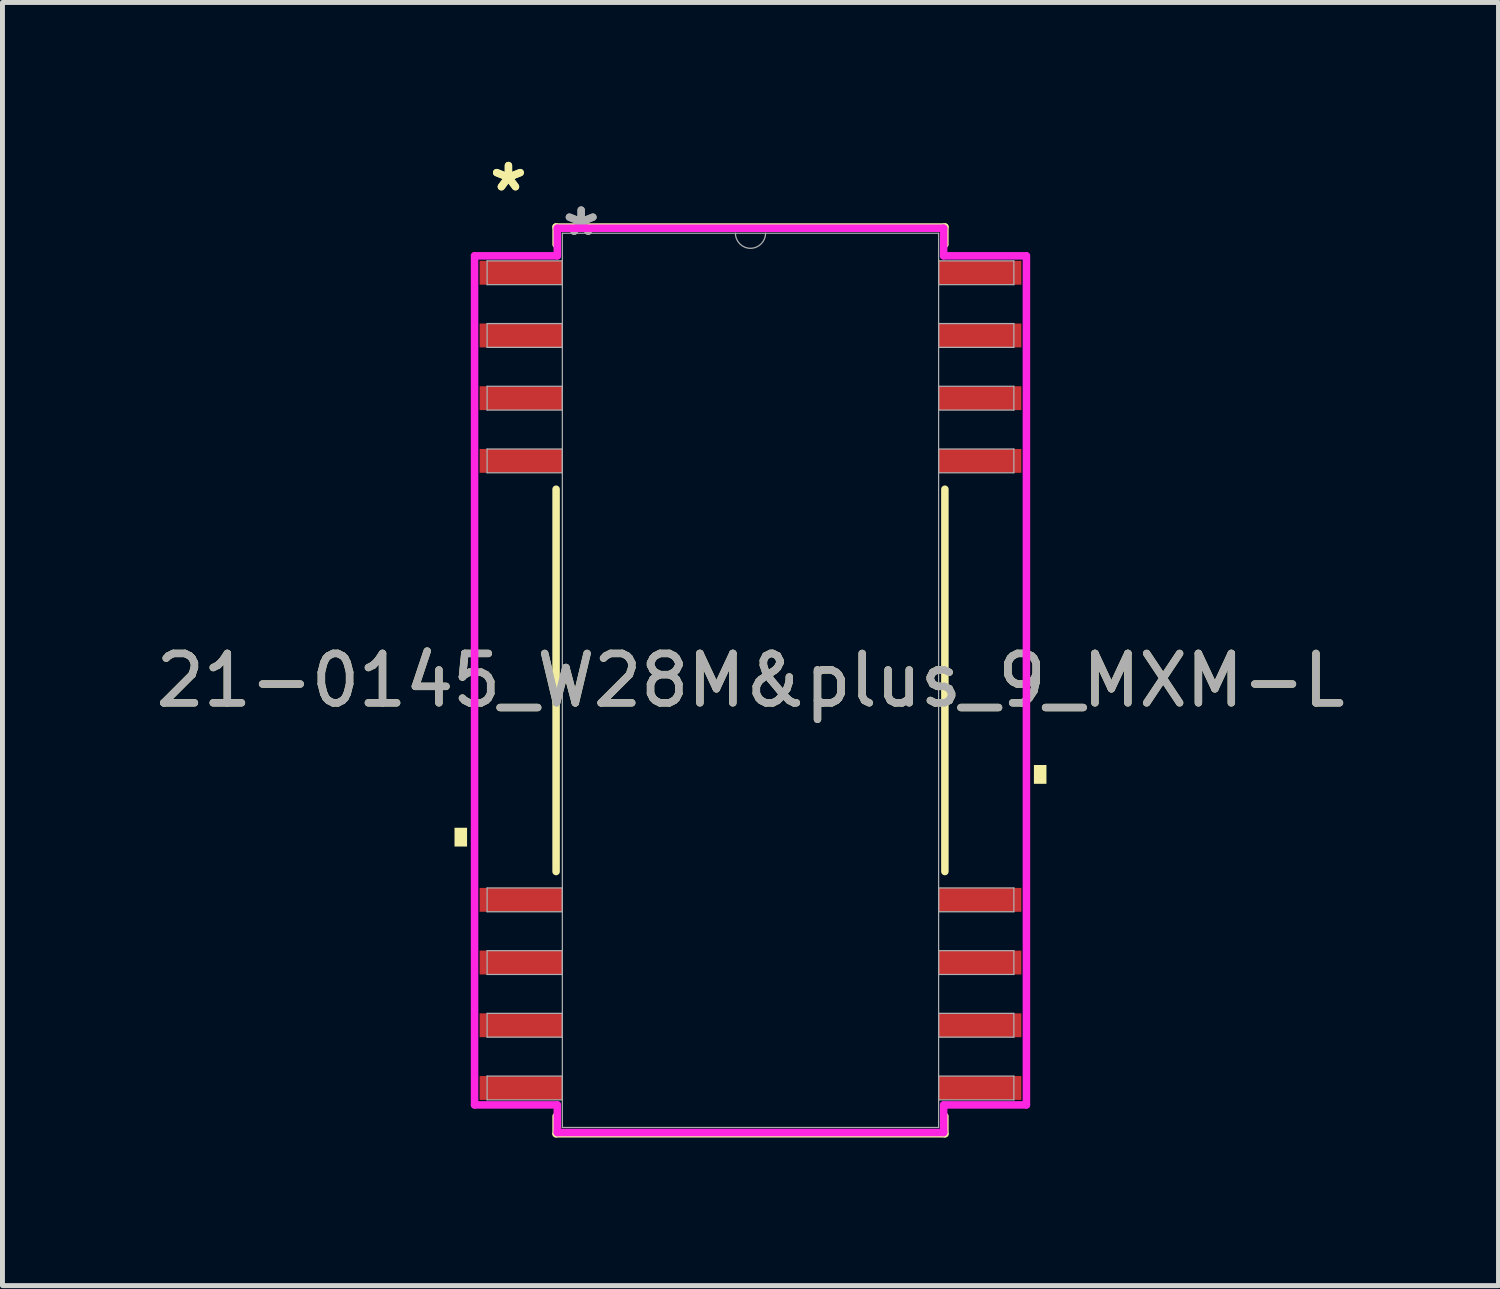
<source format=kicad_pcb>
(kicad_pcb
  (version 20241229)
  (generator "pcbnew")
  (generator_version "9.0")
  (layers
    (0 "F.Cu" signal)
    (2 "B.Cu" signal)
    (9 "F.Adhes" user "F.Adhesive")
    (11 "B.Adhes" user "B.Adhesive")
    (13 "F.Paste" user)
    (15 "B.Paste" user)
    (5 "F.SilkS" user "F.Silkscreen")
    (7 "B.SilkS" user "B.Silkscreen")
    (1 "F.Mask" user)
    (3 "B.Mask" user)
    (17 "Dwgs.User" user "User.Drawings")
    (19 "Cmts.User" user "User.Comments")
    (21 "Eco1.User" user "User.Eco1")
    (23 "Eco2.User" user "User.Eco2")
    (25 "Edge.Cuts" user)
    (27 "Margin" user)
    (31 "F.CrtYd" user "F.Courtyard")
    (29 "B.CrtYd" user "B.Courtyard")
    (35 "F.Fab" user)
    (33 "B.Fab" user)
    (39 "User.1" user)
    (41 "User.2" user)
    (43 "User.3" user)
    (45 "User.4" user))
  (footprint "21-0145_W28M&plus_9_MXM-L"
    (layer "F.Cu")
    (at 12.149 10.729)
    (property "Reference" "21-0145_W28M&plus_9_MXM-L" (at 0 0 0) (unlocked yes) (layer "F.SilkS") (effects (font (size 1 1) (thickness 0.15))))
    (attr smd)
    (fp_line (start -3.937 -9.182) (end -3.937 -8.829) (stroke (width 0.152) (type solid)) (layer "F.SilkS"))
    (fp_line (start -3.937 -3.871) (end -3.937 3.871) (stroke (width 0.152) (type solid)) (layer "F.SilkS"))
    (fp_line (start -3.937 8.829) (end -3.937 9.182) (stroke (width 0.152) (type solid)) (layer "F.SilkS"))
    (fp_line (start -3.937 9.182) (end 3.937 9.182) (stroke (width 0.152) (type solid)) (layer "F.SilkS"))
    (fp_line (start 3.937 -9.182) (end -3.937 -9.182) (stroke (width 0.152) (type solid)) (layer "F.SilkS"))
    (fp_line (start 3.937 -8.829) (end 3.937 -9.182) (stroke (width 0.152) (type solid)) (layer "F.SilkS"))
    (fp_line (start 3.937 3.871) (end 3.937 -3.871) (stroke (width 0.152) (type solid)) (layer "F.SilkS"))
    (fp_line (start 3.937 9.182) (end 3.937 8.829) (stroke (width 0.152) (type solid)) (layer "F.SilkS"))
    (fp_poly (pts (xy -5.994 2.985) (xy -5.994 3.365) (xy -5.74 3.365) (xy -5.74 2.985)) (stroke (width 0) (type solid)) (fill yes) (layer "F.SilkS"))
    (fp_poly (pts (xy 5.994 1.714) (xy 5.994 2.095) (xy 5.74 2.095) (xy 5.74 1.714)) (stroke (width 0) (type solid)) (fill yes) (layer "F.SilkS"))
    (fp_line (start -5.588 -8.598) (end -3.912 -8.598) (stroke (width 0.152) (type solid)) (layer "F.CrtYd"))
    (fp_line (start -5.588 8.598) (end -5.588 -8.598) (stroke (width 0.152) (type solid)) (layer "F.CrtYd"))
    (fp_line (start -5.588 8.598) (end -3.912 8.598) (stroke (width 0.152) (type solid)) (layer "F.CrtYd"))
    (fp_line (start -3.912 -9.157) (end 3.912 -9.157) (stroke (width 0.152) (type solid)) (layer "F.CrtYd"))
    (fp_line (start -3.912 -8.598) (end -3.912 -9.157) (stroke (width 0.152) (type solid)) (layer "F.CrtYd"))
    (fp_line (start -3.912 9.157) (end -3.912 8.598) (stroke (width 0.152) (type solid)) (layer "F.CrtYd"))
    (fp_line (start 3.912 -9.157) (end 3.912 -8.598) (stroke (width 0.152) (type solid)) (layer "F.CrtYd"))
    (fp_line (start 3.912 8.598) (end 3.912 9.157) (stroke (width 0.152) (type solid)) (layer "F.CrtYd"))
    (fp_line (start 3.912 9.157) (end -3.912 9.157) (stroke (width 0.152) (type solid)) (layer "F.CrtYd"))
    (fp_line (start 5.588 -8.598) (end 3.912 -8.598) (stroke (width 0.152) (type solid)) (layer "F.CrtYd"))
    (fp_line (start 5.588 -8.598) (end 5.588 8.598) (stroke (width 0.152) (type solid)) (layer "F.CrtYd"))
    (fp_line (start 5.588 8.598) (end 3.912 8.598) (stroke (width 0.152) (type solid)) (layer "F.CrtYd"))
    (fp_line (start -5.334 -8.496) (end -5.334 -8.014) (stroke (width 0.025) (type solid)) (layer "F.Fab"))
    (fp_line (start -5.334 -8.014) (end -3.81 -8.014) (stroke (width 0.025) (type solid)) (layer "F.Fab"))
    (fp_line (start -5.334 -7.226) (end -5.334 -6.744) (stroke (width 0.025) (type solid)) (layer "F.Fab"))
    (fp_line (start -5.334 -6.744) (end -3.81 -6.744) (stroke (width 0.025) (type solid)) (layer "F.Fab"))
    (fp_line (start -5.334 -5.956) (end -5.334 -5.474) (stroke (width 0.025) (type solid)) (layer "F.Fab"))
    (fp_line (start -5.334 -5.474) (end -3.81 -5.474) (stroke (width 0.025) (type solid)) (layer "F.Fab"))
    (fp_line (start -5.334 -4.686) (end -5.334 -4.204) (stroke (width 0.025) (type solid)) (layer "F.Fab"))
    (fp_line (start -5.334 -4.204) (end -3.81 -4.204) (stroke (width 0.025) (type solid)) (layer "F.Fab"))
    (fp_line (start -5.334 4.204) (end -5.334 4.686) (stroke (width 0.025) (type solid)) (layer "F.Fab"))
    (fp_line (start -5.334 4.686) (end -3.81 4.686) (stroke (width 0.025) (type solid)) (layer "F.Fab"))
    (fp_line (start -5.334 5.474) (end -5.334 5.956) (stroke (width 0.025) (type solid)) (layer "F.Fab"))
    (fp_line (start -5.334 5.956) (end -3.81 5.956) (stroke (width 0.025) (type solid)) (layer "F.Fab"))
    (fp_line (start -5.334 6.744) (end -5.334 7.226) (stroke (width 0.025) (type solid)) (layer "F.Fab"))
    (fp_line (start -5.334 7.226) (end -3.81 7.226) (stroke (width 0.025) (type solid)) (layer "F.Fab"))
    (fp_line (start -5.334 8.014) (end -5.334 8.496) (stroke (width 0.025) (type solid)) (layer "F.Fab"))
    (fp_line (start -5.334 8.496) (end -3.81 8.496) (stroke (width 0.025) (type solid)) (layer "F.Fab"))
    (fp_line (start -3.81 -9.055) (end -3.81 9.055) (stroke (width 0.025) (type solid)) (layer "F.Fab"))
    (fp_line (start -3.81 -8.496) (end -5.334 -8.496) (stroke (width 0.025) (type solid)) (layer "F.Fab"))
    (fp_line (start -3.81 -8.014) (end -3.81 -8.496) (stroke (width 0.025) (type solid)) (layer "F.Fab"))
    (fp_line (start -3.81 -7.226) (end -5.334 -7.226) (stroke (width 0.025) (type solid)) (layer "F.Fab"))
    (fp_line (start -3.81 -6.744) (end -3.81 -7.226) (stroke (width 0.025) (type solid)) (layer "F.Fab"))
    (fp_line (start -3.81 -5.956) (end -5.334 -5.956) (stroke (width 0.025) (type solid)) (layer "F.Fab"))
    (fp_line (start -3.81 -5.474) (end -3.81 -5.956) (stroke (width 0.025) (type solid)) (layer "F.Fab"))
    (fp_line (start -3.81 -4.686) (end -5.334 -4.686) (stroke (width 0.025) (type solid)) (layer "F.Fab"))
    (fp_line (start -3.81 -4.204) (end -3.81 -4.686) (stroke (width 0.025) (type solid)) (layer "F.Fab"))
    (fp_line (start -3.81 4.204) (end -5.334 4.204) (stroke (width 0.025) (type solid)) (layer "F.Fab"))
    (fp_line (start -3.81 4.686) (end -3.81 4.204) (stroke (width 0.025) (type solid)) (layer "F.Fab"))
    (fp_line (start -3.81 5.474) (end -5.334 5.474) (stroke (width 0.025) (type solid)) (layer "F.Fab"))
    (fp_line (start -3.81 5.956) (end -3.81 5.474) (stroke (width 0.025) (type solid)) (layer "F.Fab"))
    (fp_line (start -3.81 6.744) (end -5.334 6.744) (stroke (width 0.025) (type solid)) (layer "F.Fab"))
    (fp_line (start -3.81 7.226) (end -3.81 6.744) (stroke (width 0.025) (type solid)) (layer "F.Fab"))
    (fp_line (start -3.81 8.014) (end -5.334 8.014) (stroke (width 0.025) (type solid)) (layer "F.Fab"))
    (fp_line (start -3.81 8.496) (end -3.81 8.014) (stroke (width 0.025) (type solid)) (layer "F.Fab"))
    (fp_line (start -3.81 9.055) (end 3.81 9.055) (stroke (width 0.025) (type solid)) (layer "F.Fab"))
    (fp_line (start 3.81 -9.055) (end -3.81 -9.055) (stroke (width 0.025) (type solid)) (layer "F.Fab"))
    (fp_line (start 3.81 -8.496) (end 3.81 -8.014) (stroke (width 0.025) (type solid)) (layer "F.Fab"))
    (fp_line (start 3.81 -8.014) (end 5.334 -8.014) (stroke (width 0.025) (type solid)) (layer "F.Fab"))
    (fp_line (start 3.81 -7.226) (end 3.81 -6.744) (stroke (width 0.025) (type solid)) (layer "F.Fab"))
    (fp_line (start 3.81 -6.744) (end 5.334 -6.744) (stroke (width 0.025) (type solid)) (layer "F.Fab"))
    (fp_line (start 3.81 -5.956) (end 3.81 -5.474) (stroke (width 0.025) (type solid)) (layer "F.Fab"))
    (fp_line (start 3.81 -5.474) (end 5.334 -5.474) (stroke (width 0.025) (type solid)) (layer "F.Fab"))
    (fp_line (start 3.81 -4.686) (end 3.81 -4.204) (stroke (width 0.025) (type solid)) (layer "F.Fab"))
    (fp_line (start 3.81 -4.204) (end 5.334 -4.204) (stroke (width 0.025) (type solid)) (layer "F.Fab"))
    (fp_line (start 3.81 4.204) (end 3.81 4.686) (stroke (width 0.025) (type solid)) (layer "F.Fab"))
    (fp_line (start 3.81 4.686) (end 5.334 4.686) (stroke (width 0.025) (type solid)) (layer "F.Fab"))
    (fp_line (start 3.81 5.474) (end 3.81 5.956) (stroke (width 0.025) (type solid)) (layer "F.Fab"))
    (fp_line (start 3.81 5.956) (end 5.334 5.956) (stroke (width 0.025) (type solid)) (layer "F.Fab"))
    (fp_line (start 3.81 6.744) (end 3.81 7.226) (stroke (width 0.025) (type solid)) (layer "F.Fab"))
    (fp_line (start 3.81 7.226) (end 5.334 7.226) (stroke (width 0.025) (type solid)) (layer "F.Fab"))
    (fp_line (start 3.81 8.014) (end 3.81 8.496) (stroke (width 0.025) (type solid)) (layer "F.Fab"))
    (fp_line (start 3.81 8.496) (end 5.334 8.496) (stroke (width 0.025) (type solid)) (layer "F.Fab"))
    (fp_line (start 3.81 9.055) (end 3.81 -9.055) (stroke (width 0.025) (type solid)) (layer "F.Fab"))
    (fp_line (start 5.334 -8.496) (end 3.81 -8.496) (stroke (width 0.025) (type solid)) (layer "F.Fab"))
    (fp_line (start 5.334 -8.014) (end 5.334 -8.496) (stroke (width 0.025) (type solid)) (layer "F.Fab"))
    (fp_line (start 5.334 -7.226) (end 3.81 -7.226) (stroke (width 0.025) (type solid)) (layer "F.Fab"))
    (fp_line (start 5.334 -6.744) (end 5.334 -7.226) (stroke (width 0.025) (type solid)) (layer "F.Fab"))
    (fp_line (start 5.334 -5.956) (end 3.81 -5.956) (stroke (width 0.025) (type solid)) (layer "F.Fab"))
    (fp_line (start 5.334 -5.474) (end 5.334 -5.956) (stroke (width 0.025) (type solid)) (layer "F.Fab"))
    (fp_line (start 5.334 -4.686) (end 3.81 -4.686) (stroke (width 0.025) (type solid)) (layer "F.Fab"))
    (fp_line (start 5.334 -4.204) (end 5.334 -4.686) (stroke (width 0.025) (type solid)) (layer "F.Fab"))
    (fp_line (start 5.334 4.204) (end 3.81 4.204) (stroke (width 0.025) (type solid)) (layer "F.Fab"))
    (fp_line (start 5.334 4.686) (end 5.334 4.204) (stroke (width 0.025) (type solid)) (layer "F.Fab"))
    (fp_line (start 5.334 5.474) (end 3.81 5.474) (stroke (width 0.025) (type solid)) (layer "F.Fab"))
    (fp_line (start 5.334 5.956) (end 5.334 5.474) (stroke (width 0.025) (type solid)) (layer "F.Fab"))
    (fp_line (start 5.334 6.744) (end 3.81 6.744) (stroke (width 0.025) (type solid)) (layer "F.Fab"))
    (fp_line (start 5.334 7.226) (end 5.334 6.744) (stroke (width 0.025) (type solid)) (layer "F.Fab"))
    (fp_line (start 5.334 8.014) (end 3.81 8.014) (stroke (width 0.025) (type solid)) (layer "F.Fab"))
    (fp_line (start 5.334 8.496) (end 5.334 8.014) (stroke (width 0.025) (type solid)) (layer "F.Fab"))
    (fp_arc (start 0.3048 -9.0551) (mid 0 -8.7503) (end -0.3048 -9.0551) (stroke (width 0.0254) (type solid)) (layer "F.Fab"))
    (fp_text user "*" (at -4.902 -9.881 0) (unlocked yes) (layer "F.SilkS") (effects (font (size 1 1) (thickness 0.15))))
    (fp_text user "*" (at -4.902 -9.881 0) (layer "F.SilkS") (effects (font (size 1 1) (thickness 0.15))))
    (fp_text user "${REFERENCE}" (at 0 0 0) (unlocked yes) (layer "F.Fab") (effects (font (size 1 1) (thickness 0.15))))
    (fp_text user "*" (at -3.429 -8.979 0) (unlocked yes) (layer "F.Fab") (effects (font (size 1 1) (thickness 0.15))))
    (fp_text user "*" (at -3.429 -8.979 0) (layer "F.Fab") (effects (font (size 1 1) (thickness 0.15))))
    (pad "1" smd rect (at -4.648 -8.255) (size 1.676 0.483) (layers "F.Cu" "F.Mask" "F.Paste"))
    (pad "2" smd rect (at -4.648 -6.985) (size 1.676 0.483) (layers "F.Cu" "F.Mask" "F.Paste"))
    (pad "3" smd rect (at -4.648 -5.715) (size 1.676 0.483) (layers "F.Cu" "F.Mask" "F.Paste"))
    (pad "4" smd rect (at -4.648 -4.445) (size 1.676 0.483) (layers "F.Cu" "F.Mask" "F.Paste"))
    (pad "11" smd rect (at -4.648 4.445) (size 1.676 0.483) (layers "F.Cu" "F.Mask" "F.Paste"))
    (pad "12" smd rect (at -4.648 5.715) (size 1.676 0.483) (layers "F.Cu" "F.Mask" "F.Paste"))
    (pad "13" smd rect (at -4.648 6.985) (size 1.676 0.483) (layers "F.Cu" "F.Mask" "F.Paste"))
    (pad "14" smd rect (at -4.648 8.255) (size 1.676 0.483) (layers "F.Cu" "F.Mask" "F.Paste"))
    (pad "15" smd rect (at 4.648 8.255) (size 1.676 0.483) (layers "F.Cu" "F.Mask" "F.Paste"))
    (pad "16" smd rect (at 4.648 6.985) (size 1.676 0.483) (layers "F.Cu" "F.Mask" "F.Paste"))
    (pad "17" smd rect (at 4.648 5.715) (size 1.676 0.483) (layers "F.Cu" "F.Mask" "F.Paste"))
    (pad "18" smd rect (at 4.648 4.445) (size 1.676 0.483) (layers "F.Cu" "F.Mask" "F.Paste"))
    (pad "25" smd rect (at 4.648 -4.445) (size 1.676 0.483) (layers "F.Cu" "F.Mask" "F.Paste"))
    (pad "26" smd rect (at 4.648 -5.715) (size 1.676 0.483) (layers "F.Cu" "F.Mask" "F.Paste"))
    (pad "27" smd rect (at 4.648 -6.985) (size 1.676 0.483) (layers "F.Cu" "F.Mask" "F.Paste"))
    (pad "28" smd rect (at 4.648 -8.255) (size 1.676 0.483) (layers "F.Cu" "F.Mask" "F.Paste")))
  (gr_rect
    (start -3 -3)
    (end 27.298 22.987)
    (stroke (width 0.1) (type default))
    (fill no)
    (layer "Edge.Cuts")))
</source>
